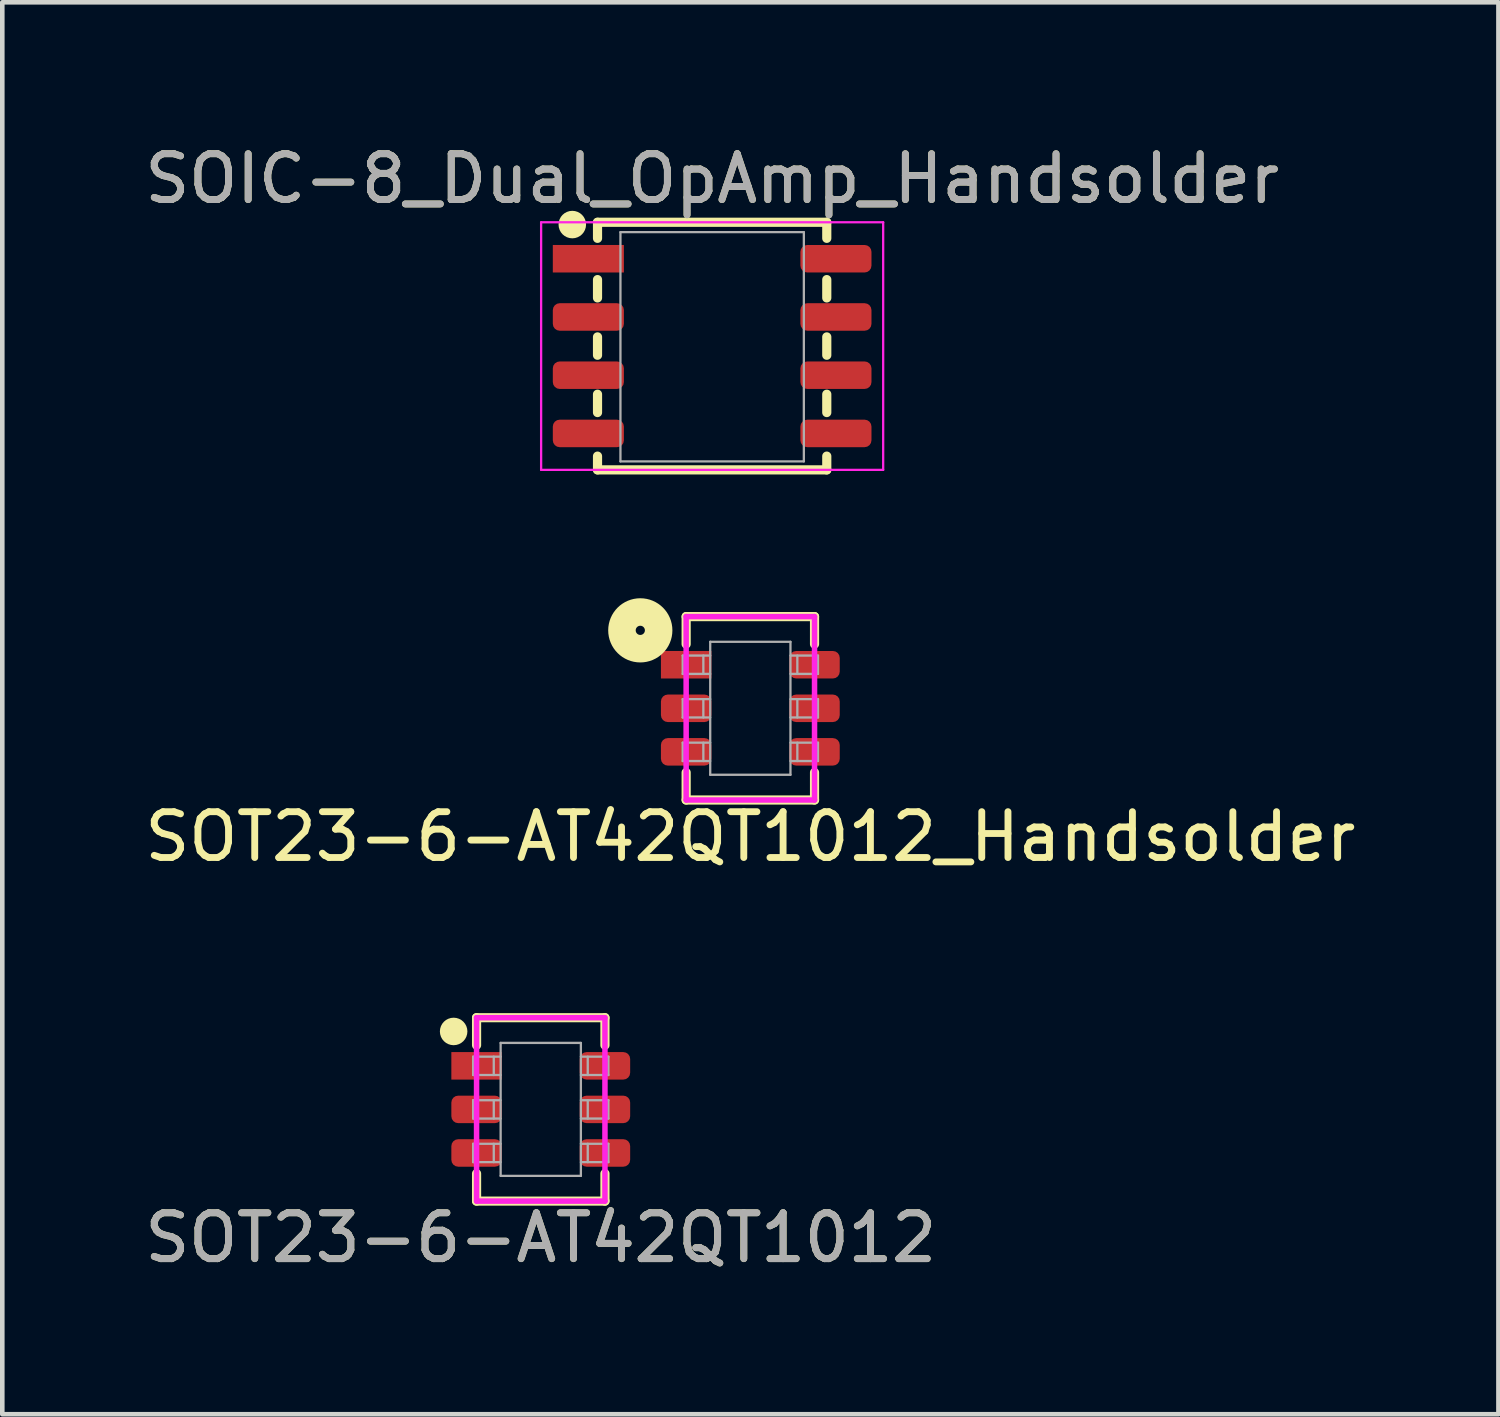
<source format=kicad_pcb>
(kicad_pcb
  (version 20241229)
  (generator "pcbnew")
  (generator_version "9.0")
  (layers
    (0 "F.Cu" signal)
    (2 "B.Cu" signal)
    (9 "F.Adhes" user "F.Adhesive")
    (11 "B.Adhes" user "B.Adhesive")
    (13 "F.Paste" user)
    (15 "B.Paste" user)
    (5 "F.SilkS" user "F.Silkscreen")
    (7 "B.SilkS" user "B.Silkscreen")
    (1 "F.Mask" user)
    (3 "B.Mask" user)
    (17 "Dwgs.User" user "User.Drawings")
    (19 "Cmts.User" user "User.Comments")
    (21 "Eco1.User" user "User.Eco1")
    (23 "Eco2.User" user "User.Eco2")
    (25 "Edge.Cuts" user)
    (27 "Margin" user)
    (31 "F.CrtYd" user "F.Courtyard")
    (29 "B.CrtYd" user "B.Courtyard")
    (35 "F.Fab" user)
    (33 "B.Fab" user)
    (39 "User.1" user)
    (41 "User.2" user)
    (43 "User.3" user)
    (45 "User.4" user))
  (footprint "SOIC-8_Dual_OpAmp_Handsolder"
    (layer "F.Cu")
    (at 12.482 4.498)
    (property "Reference" "SOIC-8_Dual_OpAmp_Handsolder" (at 0 -3.65 0) (layer "F.SilkS") (effects (font (size 1 1) (thickness 0.15))))
    (attr smd)
    (fp_line (start -2.5 -2.7) (end 2.5 -2.7) (stroke (width 0.2) (type solid)) (layer "F.SilkS"))
    (fp_line (start -2.5 -2.35) (end -2.5 -2.7) (stroke (width 0.2) (type solid)) (layer "F.SilkS"))
    (fp_line (start -2.5 -1.05) (end -2.5 -1.45) (stroke (width 0.2) (type solid)) (layer "F.SilkS"))
    (fp_line (start -2.5 0.2) (end -2.5 -0.2) (stroke (width 0.2) (type solid)) (layer "F.SilkS"))
    (fp_line (start -2.5 1.45) (end -2.5 1.05) (stroke (width 0.2) (type solid)) (layer "F.SilkS"))
    (fp_line (start -2.5 2.7) (end -2.5 2.4) (stroke (width 0.2) (type solid)) (layer "F.SilkS"))
    (fp_line (start 2.5 -2.7) (end 2.5 -2.35) (stroke (width 0.2) (type solid)) (layer "F.SilkS"))
    (fp_line (start 2.5 -1.45) (end 2.5 -1.05) (stroke (width 0.2) (type solid)) (layer "F.SilkS"))
    (fp_line (start 2.5 -0.2) (end 2.5 0.2) (stroke (width 0.2) (type solid)) (layer "F.SilkS"))
    (fp_line (start 2.5 1.05) (end 2.5 1.45) (stroke (width 0.2) (type solid)) (layer "F.SilkS"))
    (fp_line (start 2.5 2.4) (end 2.5 2.7) (stroke (width 0.2) (type solid)) (layer "F.SilkS"))
    (fp_line (start 2.5 2.7) (end -2.5 2.7) (stroke (width 0.2) (type solid)) (layer "F.SilkS"))
    (fp_circle (center -3.05 -2.65) (end -2.9 -2.65) (stroke (width 0.3) (type solid)) (fill no) (layer "F.SilkS"))
    (fp_line (start -3.1 -0.37) (end -2 -0.37) (stroke (width 0.05) (type solid)) (layer "Eco1.User"))
    (fp_line (start -3.1 0.4) (end -3.1 0.9) (stroke (width 0.05) (type solid)) (layer "Eco1.User"))
    (fp_line (start -3.1 0.9) (end -2 0.9) (stroke (width 0.05) (type solid)) (layer "Eco1.User"))
    (fp_line (start -3.1 1.67) (end -3.1 2.17) (stroke (width 0.05) (type solid)) (layer "Eco1.User"))
    (fp_line (start -3.1 2.17) (end -2 2.17) (stroke (width 0.05) (type solid)) (layer "Eco1.User"))
    (fp_line (start -3.1 -2.14) (end -3.1 -1.64) (stroke (width 0.05) (type solid)) (layer "Eco1.User"))
    (fp_line (start -3.1 -1.64) (end -2 -1.64) (stroke (width 0.05) (type solid)) (layer "Eco1.User"))
    (fp_line (start -3.1 -0.87) (end -3.1 -0.37) (stroke (width 0.05) (type solid)) (layer "Eco1.User"))
    (fp_line (start -2.4 -2.14) (end -2.4 -1.64) (stroke (width 0.05) (type solid)) (layer "Eco1.User"))
    (fp_line (start -2.4 -0.87) (end -2.4 -0.37) (stroke (width 0.05) (type solid)) (layer "Eco1.User"))
    (fp_line (start -2.4 0.4) (end -2.4 0.9) (stroke (width 0.05) (type solid)) (layer "Eco1.User"))
    (fp_line (start -2.4 1.67) (end -2.4 2.17) (stroke (width 0.05) (type solid)) (layer "Eco1.User"))
    (fp_line (start -2 -1.9) (end -1 -1.9) (stroke (width 0.05) (type solid)) (layer "Eco1.User"))
    (fp_line (start -2 -0.87) (end -3.1 -0.87) (stroke (width 0.05) (type solid)) (layer "Eco1.User"))
    (fp_line (start -2 -0.6) (end -1.2 -0.6) (stroke (width 0.05) (type solid)) (layer "Eco1.User"))
    (fp_line (start -2 0.4) (end -3.1 0.4) (stroke (width 0.05) (type solid)) (layer "Eco1.User"))
    (fp_line (start -2 1.67) (end -3.1 1.67) (stroke (width 0.05) (type solid)) (layer "Eco1.User"))
    (fp_line (start -2 -2.14) (end -3.1 -2.14) (stroke (width 0.05) (type solid)) (layer "Eco1.User"))
    (fp_line (start -1.5 -0.8) (end -1 -1.7) (stroke (width 0.05) (type solid)) (layer "Eco1.User"))
    (fp_line (start -1.3 -1) (end -1.1 -1) (stroke (width 0.05) (type solid)) (layer "Eco1.User"))
    (fp_line (start -1.2 -0.6) (end -1.2 -0.8) (stroke (width 0.05) (type solid)) (layer "Eco1.User"))
    (fp_line (start -1 -1.9) (end -1 -1.7) (stroke (width 0.05) (type solid)) (layer "Eco1.User"))
    (fp_line (start -1 -1.7) (end -0.5 -0.8) (stroke (width 0.05) (type solid)) (layer "Eco1.User"))
    (fp_line (start -0.9 -1) (end -0.7 -1) (stroke (width 0.05) (type solid)) (layer "Eco1.User"))
    (fp_line (start -0.8 -1.1) (end -0.8 -0.9) (stroke (width 0.05) (type solid)) (layer "Eco1.User"))
    (fp_line (start -0.8 -0.8) (end -0.8 0.7) (stroke (width 0.05) (type solid)) (layer "Eco1.User"))
    (fp_line (start -0.8 0.7) (end -2 0.7) (stroke (width 0.05) (type solid)) (layer "Eco1.User"))
    (fp_line (start -0.5 -0.8) (end -1.5 -0.8) (stroke (width 0.05) (type solid)) (layer "Eco1.User"))
    (fp_line (start 0.8 0.5) (end 1.3 -0.4) (stroke (width 0.05) (type solid)) (layer "Eco1.User"))
    (fp_line (start 1 0.3) (end 1.2 0.3) (stroke (width 0.05) (type solid)) (layer "Eco1.User"))
    (fp_line (start 1.1 0.2) (end 1.1 0.4) (stroke (width 0.05) (type solid)) (layer "Eco1.User"))
    (fp_line (start 1.1 0.5) (end 1.1 2) (stroke (width 0.05) (type solid)) (layer "Eco1.User"))
    (fp_line (start 1.3 -0.6) (end 1.3 -0.4) (stroke (width 0.05) (type solid)) (layer "Eco1.User"))
    (fp_line (start 1.3 -0.4) (end 1.8 0.5) (stroke (width 0.05) (type solid)) (layer "Eco1.User"))
    (fp_line (start 1.4 0.3) (end 1.6 0.3) (stroke (width 0.05) (type solid)) (layer "Eco1.User"))
    (fp_line (start 1.5 0.7) (end 1.5 0.5) (stroke (width 0.05) (type solid)) (layer "Eco1.User"))
    (fp_line (start 1.8 0.5) (end 0.8 0.5) (stroke (width 0.05) (type solid)) (layer "Eco1.User"))
    (fp_line (start 2 -2.14) (end 3.1 -2.14) (stroke (width 0.05) (type solid)) (layer "Eco1.User"))
    (fp_line (start 2 -0.87) (end 3.1 -0.87) (stroke (width 0.05) (type solid)) (layer "Eco1.User"))
    (fp_line (start 2 -0.6) (end 1.3 -0.6) (stroke (width 0.05) (type solid)) (layer "Eco1.User"))
    (fp_line (start 2 0.4) (end 3.1 0.4) (stroke (width 0.05) (type solid)) (layer "Eco1.User"))
    (fp_line (start 2 0.7) (end 1.5 0.7) (stroke (width 0.05) (type solid)) (layer "Eco1.User"))
    (fp_line (start 2 1.67) (end 3.1 1.67) (stroke (width 0.05) (type solid)) (layer "Eco1.User"))
    (fp_line (start 2 2) (end 1.1 2) (stroke (width 0.05) (type solid)) (layer "Eco1.User"))
    (fp_line (start 2.4 -2.14) (end 2.4 -1.64) (stroke (width 0.05) (type solid)) (layer "Eco1.User"))
    (fp_line (start 2.4 -0.87) (end 2.4 -0.37) (stroke (width 0.05) (type solid)) (layer "Eco1.User"))
    (fp_line (start 2.4 0.4) (end 2.4 0.9) (stroke (width 0.05) (type solid)) (layer "Eco1.User"))
    (fp_line (start 2.4 1.67) (end 2.4 2.17) (stroke (width 0.05) (type solid)) (layer "Eco1.User"))
    (fp_line (start 3.1 -2.14) (end 3.1 -1.64) (stroke (width 0.05) (type solid)) (layer "Eco1.User"))
    (fp_line (start 3.1 -1.64) (end 2 -1.64) (stroke (width 0.05) (type solid)) (layer "Eco1.User"))
    (fp_line (start 3.1 -0.87) (end 3.1 -0.37) (stroke (width 0.05) (type solid)) (layer "Eco1.User"))
    (fp_line (start 3.1 -0.37) (end 2 -0.37) (stroke (width 0.05) (type solid)) (layer "Eco1.User"))
    (fp_line (start 3.1 0.4) (end 3.1 0.9) (stroke (width 0.05) (type solid)) (layer "Eco1.User"))
    (fp_line (start 3.1 0.9) (end 2 0.9) (stroke (width 0.05) (type solid)) (layer "Eco1.User"))
    (fp_line (start 3.1 1.67) (end 3.1 2.17) (stroke (width 0.05) (type solid)) (layer "Eco1.User"))
    (fp_line (start 3.1 2.17) (end 2 2.17) (stroke (width 0.05) (type solid)) (layer "Eco1.User"))
    (fp_line (start -3.73 -2.7) (end -3.73 2.7) (stroke (width 0.05) (type solid)) (layer "F.CrtYd"))
    (fp_line (start -3.73 -2.7) (end 3.73 -2.7) (stroke (width 0.05) (type solid)) (layer "F.CrtYd"))
    (fp_line (start -3.73 2.7) (end 3.73 2.7) (stroke (width 0.05) (type solid)) (layer "F.CrtYd"))
    (fp_line (start 3.73 -2.7) (end 3.73 2.7) (stroke (width 0.05) (type solid)) (layer "F.CrtYd"))
    (fp_line (start -2 -2.485) (end -2 2.515) (stroke (width 0.05) (type solid)) (layer "F.Fab"))
    (fp_line (start -2 2.515) (end 2 2.515) (stroke (width 0.05) (type solid)) (layer "F.Fab"))
    (fp_line (start 2 -2.485) (end -2 -2.485) (stroke (width 0.05) (type solid)) (layer "F.Fab"))
    (fp_line (start 2 2.515) (end 2 -2.485) (stroke (width 0.05) (type solid)) (layer "F.Fab"))
    (fp_text user "GND" (at -1.5 1.9 0) (layer "Eco1.User") (effects (font (size 0.25 0.25) (thickness 0.037))))
    (fp_text user "VCC" (at 1.6 -1.9 0) (layer "Eco1.User") (effects (font (size 0.25 0.25) (thickness 0.037))))
    (fp_text user "${REFERENCE}" (at 0 -3.65 0) (layer "F.Fab") (effects (font (size 1 1) (thickness 0.15))))
    (pad "1" smd rect (at -2.7 -1.905) (size 1.55 0.6) (layers "F.Cu" "F.Mask" "F.Paste"))
    (pad "2" smd roundrect (at -2.7 -0.635) (size 1.55 0.6) (layers "F.Cu" "F.Mask" "F.Paste") (roundrect_rratio 0.25))
    (pad "3" smd roundrect (at -2.7 0.635) (size 1.55 0.6) (layers "F.Cu" "F.Mask" "F.Paste") (roundrect_rratio 0.25))
    (pad "4" smd roundrect (at -2.7 1.905) (size 1.55 0.6) (layers "F.Cu" "F.Mask" "F.Paste") (roundrect_rratio 0.25))
    (pad "5" smd roundrect (at 2.7 1.905) (size 1.55 0.6) (layers "F.Cu" "F.Mask" "F.Paste") (roundrect_rratio 0.25))
    (pad "6" smd roundrect (at 2.7 0.635) (size 1.55 0.6) (layers "F.Cu" "F.Mask" "F.Paste") (roundrect_rratio 0.25))
    (pad "7" smd roundrect (at 2.7 -0.635) (size 1.55 0.6) (layers "F.Cu" "F.Mask" "F.Paste") (roundrect_rratio 0.25))
    (pad "8" smd roundrect (at 2.7 -1.905) (size 1.55 0.6) (layers "F.Cu" "F.Mask" "F.Paste") (roundrect_rratio 0.25)))
  (footprint "SOT23-6-AT42QT1012"
    (layer "F.Cu")
    (at 8.744 21.146)
    (property "Reference" "SOT23-6-AT42QT1012" (at 0 2.8 0) (layer "F.SilkS") (effects (font (size 1 1) (thickness 0.15))))
    (attr smd)
    (fp_line (start -1.4 -2) (end -1.4 -1.4) (stroke (width 0.2) (type solid)) (layer "F.SilkS"))
    (fp_line (start -1.4 2) (end -1.4 1.4) (stroke (width 0.2) (type solid)) (layer "F.SilkS"))
    (fp_line (start -1.4 2) (end 1.4 2) (stroke (width 0.2) (type solid)) (layer "F.SilkS"))
    (fp_line (start 1.4 -2) (end -1.4 -2) (stroke (width 0.2) (type solid)) (layer "F.SilkS"))
    (fp_line (start 1.4 -2) (end 1.4 -1.4) (stroke (width 0.2) (type solid)) (layer "F.SilkS"))
    (fp_line (start 1.4 2) (end 1.4 1.4) (stroke (width 0.2) (type solid)) (layer "F.SilkS"))
    (fp_circle (center -1.9 -1.7) (end -1.75 -1.7) (stroke (width 0.3) (type solid)) (fill no) (layer "F.SilkS"))
    (fp_line (start -1.4 -2) (end -1.4 2) (stroke (width 0.12) (type solid)) (layer "F.CrtYd"))
    (fp_line (start -1.4 2) (end 1.4 2) (stroke (width 0.12) (type solid)) (layer "F.CrtYd"))
    (fp_line (start 1.4 -2) (end -1.4 -2) (stroke (width 0.12) (type solid)) (layer "F.CrtYd"))
    (fp_line (start 1.4 2) (end 1.4 -2) (stroke (width 0.12) (type solid)) (layer "F.CrtYd"))
    (fp_line (start -1.475 -0.2) (end -0.875 -0.2) (stroke (width 0.05) (type solid)) (layer "F.Fab"))
    (fp_line (start -1.475 0.2) (end -1.475 -0.2) (stroke (width 0.05) (type solid)) (layer "F.Fab"))
    (fp_line (start -1.475 0.75) (end -0.875 0.75) (stroke (width 0.05) (type solid)) (layer "F.Fab"))
    (fp_line (start -1.475 1.15) (end -1.475 0.75) (stroke (width 0.05) (type solid)) (layer "F.Fab"))
    (fp_line (start -1.475 -1.15) (end -0.875 -1.15) (stroke (width 0.05) (type solid)) (layer "F.Fab"))
    (fp_line (start -1.475 -0.75) (end -1.475 -1.15) (stroke (width 0.05) (type solid)) (layer "F.Fab"))
    (fp_line (start -1.025 -1.15) (end -1.025 -0.75) (stroke (width 0.05) (type solid)) (layer "F.Fab"))
    (fp_line (start -1.025 -0.2) (end -1.025 0.2) (stroke (width 0.05) (type solid)) (layer "F.Fab"))
    (fp_line (start -1.025 0.75) (end -1.025 1.15) (stroke (width 0.05) (type solid)) (layer "F.Fab"))
    (fp_line (start -0.875 -1.45) (end -0.875 1.45) (stroke (width 0.05) (type solid)) (layer "F.Fab"))
    (fp_line (start -0.875 -0.75) (end -1.475 -0.75) (stroke (width 0.05) (type solid)) (layer "F.Fab"))
    (fp_line (start -0.875 0.2) (end -1.475 0.2) (stroke (width 0.05) (type solid)) (layer "F.Fab"))
    (fp_line (start -0.875 1.15) (end -1.475 1.15) (stroke (width 0.05) (type solid)) (layer "F.Fab"))
    (fp_line (start -0.875 1.45) (end 0.875 1.45) (stroke (width 0.05) (type solid)) (layer "F.Fab"))
    (fp_line (start 0.875 -1.45) (end -0.875 -1.45) (stroke (width 0.05) (type solid)) (layer "F.Fab"))
    (fp_line (start 0.875 -0.75) (end 1.475 -0.75) (stroke (width 0.05) (type solid)) (layer "F.Fab"))
    (fp_line (start 0.875 0.2) (end 1.475 0.2) (stroke (width 0.05) (type solid)) (layer "F.Fab"))
    (fp_line (start 0.875 1.15) (end 1.475 1.15) (stroke (width 0.05) (type solid)) (layer "F.Fab"))
    (fp_line (start 0.875 1.45) (end 0.875 -1.45) (stroke (width 0.05) (type solid)) (layer "F.Fab"))
    (fp_line (start 1.025 -1.15) (end 1.025 -0.75) (stroke (width 0.05) (type solid)) (layer "F.Fab"))
    (fp_line (start 1.025 -0.2) (end 1.025 0.2) (stroke (width 0.05) (type solid)) (layer "F.Fab"))
    (fp_line (start 1.025 0.75) (end 1.025 1.15) (stroke (width 0.05) (type solid)) (layer "F.Fab"))
    (fp_line (start 1.475 -1.15) (end 0.875 -1.15) (stroke (width 0.05) (type solid)) (layer "F.Fab"))
    (fp_line (start 1.475 -0.75) (end 1.475 -1.15) (stroke (width 0.05) (type solid)) (layer "F.Fab"))
    (fp_line (start 1.475 -0.2) (end 0.875 -0.2) (stroke (width 0.05) (type solid)) (layer "F.Fab"))
    (fp_line (start 1.475 0.2) (end 1.475 -0.2) (stroke (width 0.05) (type solid)) (layer "F.Fab"))
    (fp_line (start 1.475 0.75) (end 0.875 0.75) (stroke (width 0.05) (type solid)) (layer "F.Fab"))
    (fp_line (start 1.475 1.15) (end 1.475 0.75) (stroke (width 0.05) (type solid)) (layer "F.Fab"))
    (fp_text user "GND" (at -0.6 0 0) (layer "Eco1.User") (effects (font (size 0.15 0.15) (thickness 0.037))))
    (fp_text user "SNS" (at 0.6 0.95 0) (layer "Eco1.User") (effects (font (size 0.15 0.15) (thickness 0.037))))
    (fp_text user "TIME" (at 0.6 -0.95 0) (layer "Eco1.User") (effects (font (size 0.15 0.15) (thickness 0.037))))
    (fp_text user "VDD" (at 0.6 0 0) (layer "Eco1.User") (effects (font (size 0.15 0.15) (thickness 0.037))))
    (fp_text user "SNSK" (at -0.5 0.95 0) (layer "Eco1.User") (effects (font (size 0.15 0.15) (thickness 0.037))))
    (fp_text user "OUT" (at -0.6 -0.95 0) (layer "Eco1.User") (effects (font (size 0.15 0.15) (thickness 0.037))))
    (fp_text user "${REFERENCE}" (at 0 2.8 0) (layer "F.Fab") (effects (font (size 1 1) (thickness 0.15))))
    (pad "1" smd rect (at -1.4 -0.95) (size 1.1 0.6) (layers "F.Cu" "F.Mask" "F.Paste"))
    (pad "2" smd roundrect (at -1.4 0) (size 1.1 0.6) (layers "F.Cu" "F.Mask" "F.Paste") (roundrect_rratio 0.25))
    (pad "3" smd roundrect (at -1.4 0.95) (size 1.1 0.6) (layers "F.Cu" "F.Mask" "F.Paste") (roundrect_rratio 0.25))
    (pad "4" smd roundrect (at 1.4 0.95) (size 1.1 0.6) (layers "F.Cu" "F.Mask" "F.Paste") (roundrect_rratio 0.25))
    (pad "5" smd roundrect (at 1.4 0) (size 1.1 0.6) (layers "F.Cu" "F.Mask" "F.Paste") (roundrect_rratio 0.25))
    (pad "6" smd roundrect (at 1.4 -0.95) (size 1.1 0.6) (layers "F.Cu" "F.Mask" "F.Paste") (roundrect_rratio 0.25)))
  (footprint "SOT23-6-AT42QT1012_Handsolder"
    (layer "F.Cu")
    (at 13.315 12.398)
    (property "Reference" "SOT23-6-AT42QT1012_Handsolder" (at 0 2.8 0) (layer "F.SilkS") (effects (font (size 1 1) (thickness 0.15))))
    (attr through_hole)
    (fp_line (start -1.4 -2) (end -1.4 -1.4) (stroke (width 0.2) (type solid)) (layer "F.SilkS"))
    (fp_line (start -1.4 2) (end -1.4 1.4) (stroke (width 0.2) (type solid)) (layer "F.SilkS"))
    (fp_line (start -1.4 2) (end 1.4 2) (stroke (width 0.2) (type solid)) (layer "F.SilkS"))
    (fp_line (start 1.4 -2) (end -1.4 -2) (stroke (width 0.2) (type solid)) (layer "F.SilkS"))
    (fp_line (start 1.4 -2) (end 1.4 -1.4) (stroke (width 0.2) (type solid)) (layer "F.SilkS"))
    (fp_line (start 1.4 2) (end 1.4 1.4) (stroke (width 0.2) (type solid)) (layer "F.SilkS"))
    (fp_circle (center -2.4 -1.7) (end -2.3 -1.7) (stroke (width 0.6) (type solid)) (fill no) (layer "F.SilkS"))
    (fp_line (start -1.4 -2) (end -1.4 2) (stroke (width 0.12) (type solid)) (layer "F.CrtYd"))
    (fp_line (start -1.4 2) (end 1.4 2) (stroke (width 0.12) (type solid)) (layer "F.CrtYd"))
    (fp_line (start 1.4 -2) (end -1.4 -2) (stroke (width 0.12) (type solid)) (layer "F.CrtYd"))
    (fp_line (start 1.4 2) (end 1.4 -2) (stroke (width 0.12) (type solid)) (layer "F.CrtYd"))
    (fp_line (start -1.475 -0.2) (end -0.875 -0.2) (stroke (width 0.05) (type solid)) (layer "F.Fab"))
    (fp_line (start -1.475 0.2) (end -1.475 -0.2) (stroke (width 0.05) (type solid)) (layer "F.Fab"))
    (fp_line (start -1.475 0.75) (end -0.875 0.75) (stroke (width 0.05) (type solid)) (layer "F.Fab"))
    (fp_line (start -1.475 1.15) (end -1.475 0.75) (stroke (width 0.05) (type solid)) (layer "F.Fab"))
    (fp_line (start -1.475 -1.15) (end -0.875 -1.15) (stroke (width 0.05) (type solid)) (layer "F.Fab"))
    (fp_line (start -1.475 -0.75) (end -1.475 -1.15) (stroke (width 0.05) (type solid)) (layer "F.Fab"))
    (fp_line (start -1.025 -1.15) (end -1.025 -0.75) (stroke (width 0.05) (type solid)) (layer "F.Fab"))
    (fp_line (start -1.025 -0.2) (end -1.025 0.2) (stroke (width 0.05) (type solid)) (layer "F.Fab"))
    (fp_line (start -1.025 0.75) (end -1.025 1.15) (stroke (width 0.05) (type solid)) (layer "F.Fab"))
    (fp_line (start -0.875 -1.45) (end -0.875 1.45) (stroke (width 0.05) (type solid)) (layer "F.Fab"))
    (fp_line (start -0.875 -0.75) (end -1.475 -0.75) (stroke (width 0.05) (type solid)) (layer "F.Fab"))
    (fp_line (start -0.875 0.2) (end -1.475 0.2) (stroke (width 0.05) (type solid)) (layer "F.Fab"))
    (fp_line (start -0.875 1.15) (end -1.475 1.15) (stroke (width 0.05) (type solid)) (layer "F.Fab"))
    (fp_line (start -0.875 1.45) (end 0.875 1.45) (stroke (width 0.05) (type solid)) (layer "F.Fab"))
    (fp_line (start 0.875 -1.45) (end -0.875 -1.45) (stroke (width 0.05) (type solid)) (layer "F.Fab"))
    (fp_line (start 0.875 -0.75) (end 1.475 -0.75) (stroke (width 0.05) (type solid)) (layer "F.Fab"))
    (fp_line (start 0.875 0.2) (end 1.475 0.2) (stroke (width 0.05) (type solid)) (layer "F.Fab"))
    (fp_line (start 0.875 1.15) (end 1.475 1.15) (stroke (width 0.05) (type solid)) (layer "F.Fab"))
    (fp_line (start 0.875 1.45) (end 0.875 -1.45) (stroke (width 0.05) (type solid)) (layer "F.Fab"))
    (fp_line (start 1.025 -1.15) (end 1.025 -0.75) (stroke (width 0.05) (type solid)) (layer "F.Fab"))
    (fp_line (start 1.025 -0.2) (end 1.025 0.2) (stroke (width 0.05) (type solid)) (layer "F.Fab"))
    (fp_line (start 1.025 0.75) (end 1.025 1.15) (stroke (width 0.05) (type solid)) (layer "F.Fab"))
    (fp_line (start 1.475 -1.15) (end 0.875 -1.15) (stroke (width 0.05) (type solid)) (layer "F.Fab"))
    (fp_line (start 1.475 -0.75) (end 1.475 -1.15) (stroke (width 0.05) (type solid)) (layer "F.Fab"))
    (fp_line (start 1.475 -0.2) (end 0.875 -0.2) (stroke (width 0.05) (type solid)) (layer "F.Fab"))
    (fp_line (start 1.475 0.2) (end 1.475 -0.2) (stroke (width 0.05) (type solid)) (layer "F.Fab"))
    (fp_line (start 1.475 0.75) (end 0.875 0.75) (stroke (width 0.05) (type solid)) (layer "F.Fab"))
    (fp_line (start 1.475 1.15) (end 1.475 0.75) (stroke (width 0.05) (type solid)) (layer "F.Fab"))
    (fp_text user "SNS" (at 0.6 0.95 0) (layer "Eco1.User") (effects (font (size 0.15 0.15) (thickness 0.037))))
    (fp_text user "SNSK" (at -0.5 0.95 0) (layer "Eco1.User") (effects (font (size 0.15 0.15) (thickness 0.037))))
    (fp_text user "VDD" (at 0.6 0 0) (layer "Eco1.User") (effects (font (size 0.15 0.15) (thickness 0.037))))
    (fp_text user "OUT" (at -0.6 -0.95 0) (layer "Eco1.User") (effects (font (size 0.15 0.15) (thickness 0.037))))
    (fp_text user "GND" (at -0.6 0 0) (layer "Eco1.User") (effects (font (size 0.15 0.15) (thickness 0.037))))
    (fp_text user "TIME" (at 0.6 -0.95 0) (layer "Eco1.User") (effects (font (size 0.15 0.15) (thickness 0.037))))
    (pad "1" smd rect (at -1.4 -0.95) (size 1.1 0.6) (layers "F.Cu" "F.Mask" "F.Paste"))
    (pad "2" smd roundrect (at -1.4 0) (size 1.1 0.6) (layers "F.Cu" "F.Mask" "F.Paste") (roundrect_rratio 0.25))
    (pad "3" smd roundrect (at -1.4 0.95) (size 1.1 0.6) (layers "F.Cu" "F.Mask" "F.Paste") (roundrect_rratio 0.25))
    (pad "4" smd roundrect (at 1.4 0.95) (size 1.1 0.6) (layers "F.Cu" "F.Mask" "F.Paste") (roundrect_rratio 0.25))
    (pad "5" smd roundrect (at 1.4 0) (size 1.1 0.6) (layers "F.Cu" "F.Mask" "F.Paste") (roundrect_rratio 0.25))
    (pad "6" smd roundrect (at 1.4 -0.95) (size 1.1 0.6) (layers "F.Cu" "F.Mask" "F.Paste") (roundrect_rratio 0.25)))
  (gr_rect
    (start -3 -3)
    (end 29.631 27.795)
    (stroke (width 0.1) (type default))
    (fill no)
    (layer "Edge.Cuts")))
</source>
